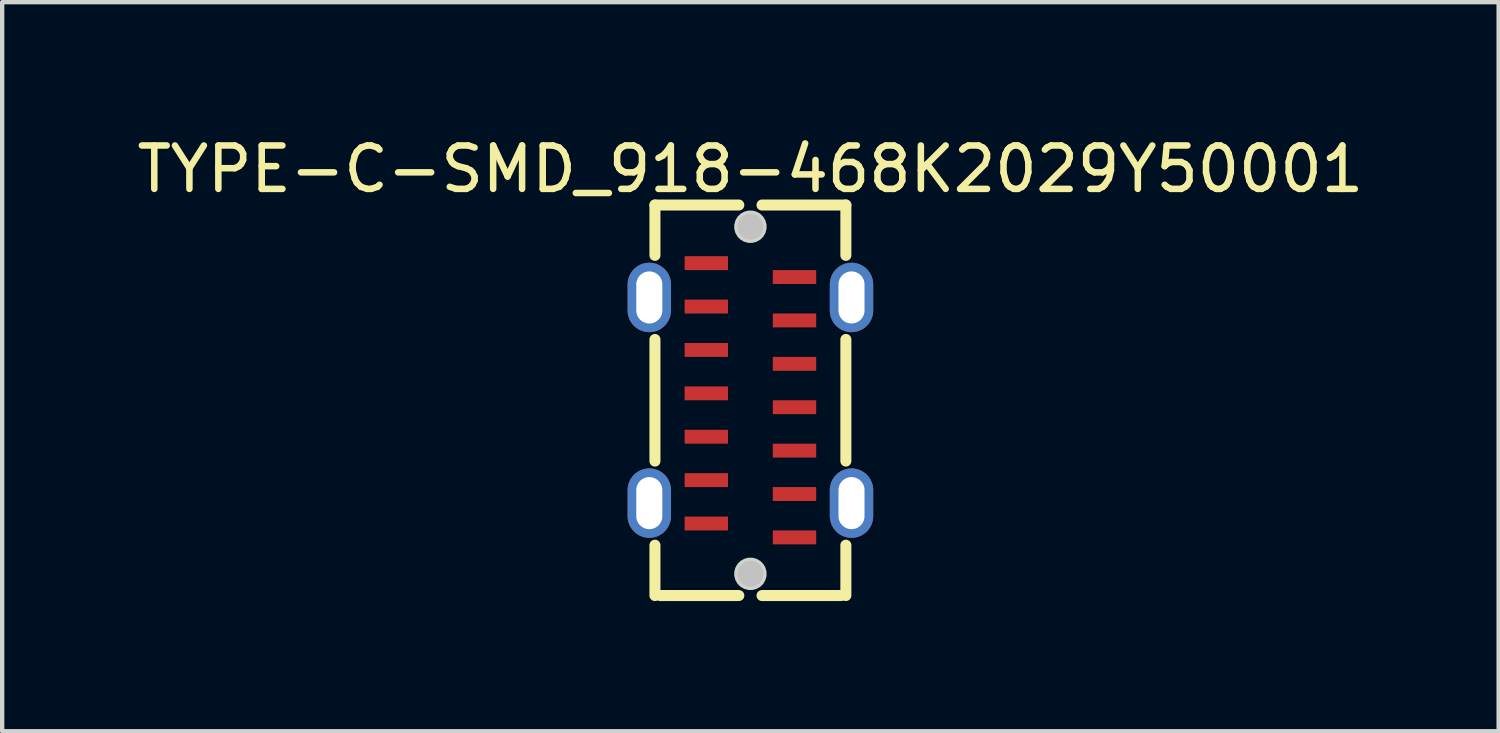
<source format=kicad_pcb>
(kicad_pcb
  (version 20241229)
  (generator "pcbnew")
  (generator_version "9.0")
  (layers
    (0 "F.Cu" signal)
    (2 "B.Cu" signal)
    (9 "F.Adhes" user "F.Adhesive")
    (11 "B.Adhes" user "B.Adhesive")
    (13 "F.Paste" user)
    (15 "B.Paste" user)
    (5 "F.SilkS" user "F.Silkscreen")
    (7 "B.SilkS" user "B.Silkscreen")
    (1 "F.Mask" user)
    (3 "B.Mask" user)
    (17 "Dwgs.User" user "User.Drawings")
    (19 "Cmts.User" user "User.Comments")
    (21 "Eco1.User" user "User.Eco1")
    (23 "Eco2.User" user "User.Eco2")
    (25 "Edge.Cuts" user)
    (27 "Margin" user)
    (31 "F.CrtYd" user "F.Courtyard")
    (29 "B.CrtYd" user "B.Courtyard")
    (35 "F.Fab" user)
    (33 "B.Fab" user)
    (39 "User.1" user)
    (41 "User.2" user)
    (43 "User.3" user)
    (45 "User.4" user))
  (footprint "TYPE-C-SMD_918-468K2029Y50001"
    (layer "F.Cu")
    (at 14.244 6.175)
    (property "Reference" "TYPE-C-SMD_918-468K2029Y50001" (at 0 -5.327 0) (layer "F.SilkS") (effects (font (size 1 1) (thickness 0.15))))
    (fp_line (start -2.2 -4.5) (end -2.2 -3.34) (stroke (width 0.254) (type default)) (layer "F.SilkS"))
    (fp_line (start -2.2 -4.5) (end -0.267 -4.5) (stroke (width 0.254) (type default)) (layer "F.SilkS"))
    (fp_line (start -2.2 -1.401) (end -2.2 1.401) (stroke (width 0.254) (type default)) (layer "F.SilkS"))
    (fp_line (start -2.2 3.34) (end -2.2 4.5) (stroke (width 0.254) (type default)) (layer "F.SilkS"))
    (fp_line (start -2.079 4.5) (end -0.267 4.5) (stroke (width 0.254) (type default)) (layer "F.SilkS"))
    (fp_line (start 0.267 -4.5) (end 2.2 -4.5) (stroke (width 0.254) (type default)) (layer "F.SilkS"))
    (fp_line (start 0.267 4.5) (end 2.087 4.5) (stroke (width 0.254) (type default)) (layer "F.SilkS"))
    (fp_line (start 2.2 -4.5) (end 2.2 -3.34) (stroke (width 0.254) (type default)) (layer "F.SilkS"))
    (fp_line (start 2.2 -1.401) (end 2.2 1.401) (stroke (width 0.254) (type default)) (layer "F.SilkS"))
    (fp_line (start 2.2 3.34) (end 2.2 4.5) (stroke (width 0.254) (type default)) (layer "F.SilkS"))
    (fp_poly (pts (xy -1.516 -3) (xy -1.516 -3.32) (xy -0.515 -3.32) (xy -0.515 -3)) (stroke (width 0) (type default)) (fill yes) (layer "F.Paste"))
    (fp_poly (pts (xy -1.516 -2) (xy -1.516 -2.32) (xy -0.515 -2.32) (xy -0.515 -2)) (stroke (width 0) (type default)) (fill yes) (layer "F.Paste"))
    (fp_poly (pts (xy -1.516 -1) (xy -1.516 -1.32) (xy -0.515 -1.32) (xy -0.515 -1)) (stroke (width 0) (type default)) (fill yes) (layer "F.Paste"))
    (fp_poly (pts (xy -1.516 0) (xy -1.516 -0.32) (xy -0.515 -0.32) (xy -0.515 0)) (stroke (width 0) (type default)) (fill yes) (layer "F.Paste"))
    (fp_poly (pts (xy -1.516 1) (xy -1.516 0.68) (xy -0.515 0.68) (xy -0.515 1)) (stroke (width 0) (type default)) (fill yes) (layer "F.Paste"))
    (fp_poly (pts (xy -1.516 2) (xy -1.516 1.68) (xy -0.515 1.68) (xy -0.515 2)) (stroke (width 0) (type default)) (fill yes) (layer "F.Paste"))
    (fp_poly (pts (xy -1.516 3) (xy -1.516 2.68) (xy -0.515 2.68) (xy -0.515 3)) (stroke (width 0) (type default)) (fill yes) (layer "F.Paste"))
    (fp_poly (pts (xy 0.516 -2.68) (xy 0.516 -3) (xy 1.516 -3) (xy 1.516 -2.68)) (stroke (width 0) (type default)) (fill yes) (layer "F.Paste"))
    (fp_poly (pts (xy 0.516 -1.68) (xy 0.516 -2) (xy 1.516 -2) (xy 1.516 -1.68)) (stroke (width 0) (type default)) (fill yes) (layer "F.Paste"))
    (fp_poly (pts (xy 0.516 -0.68) (xy 0.516 -1) (xy 1.516 -1) (xy 1.516 -0.68)) (stroke (width 0) (type default)) (fill yes) (layer "F.Paste"))
    (fp_poly (pts (xy 0.516 0.32) (xy 0.516 0) (xy 1.516 0) (xy 1.516 0.32)) (stroke (width 0) (type default)) (fill yes) (layer "F.Paste"))
    (fp_poly (pts (xy 0.516 1.32) (xy 0.516 1) (xy 1.516 1) (xy 1.516 1.32)) (stroke (width 0) (type default)) (fill yes) (layer "F.Paste"))
    (fp_poly (pts (xy 0.516 2.32) (xy 0.516 2) (xy 1.516 2) (xy 1.516 2.32)) (stroke (width 0) (type default)) (fill yes) (layer "F.Paste"))
    (fp_poly (pts (xy 0.516 3.32) (xy 0.516 3) (xy 1.516 3) (xy 1.516 3.32)) (stroke (width 0) (type default)) (fill yes) (layer "F.Paste"))
    (fp_poly (pts (xy -2.292 -3.168) (xy -2.317 -3.17) (xy -2.342 -3.17) (xy -2.368 -3.168) (xy -2.392 -3.166) (xy -2.417 -3.163) (xy -2.441 -3.158) (xy -2.466 -3.151) (xy -2.489 -3.144) (xy -2.513 -3.135) (xy -2.535 -3.126) (xy -2.558 -3.115) (xy -2.58 -3.103) (xy -2.601 -3.09) (xy -2.622 -3.076) (xy -2.642 -3.061) (xy -2.661 -3.045) (xy -2.679 -3.028) (xy -2.696 -3.01) (xy -2.713 -2.991) (xy -2.728 -2.972) (xy -2.743 -2.951) (xy -2.756 -2.931) (xy -2.769 -2.909) (xy -2.78 -2.887) (xy -2.791 -2.865) (xy -2.8 -2.841) (xy -2.808 -2.817) (xy -2.814 -2.793) (xy -2.82 -2.769) (xy -2.825 -2.744) (xy -2.828 -2.72) (xy -2.829 -2.695) (xy -2.83 -2.67) (xy -2.83 -2.07) (xy -2.829 -2.045) (xy -2.828 -2.021) (xy -2.825 -1.996) (xy -2.82 -1.971) (xy -2.814 -1.946) (xy -2.808 -1.923) (xy -2.8 -1.899) (xy -2.791 -1.876) (xy -2.78 -1.853) (xy -2.769 -1.831) (xy -2.756 -1.81) (xy -2.743 -1.788) (xy -2.728 -1.768) (xy -2.713 -1.748) (xy -2.696 -1.73) (xy -2.679 -1.712) (xy -2.661 -1.695) (xy -2.642 -1.679) (xy -2.622 -1.664) (xy -2.601 -1.65) (xy -2.58 -1.637) (xy -2.558 -1.625) (xy -2.535 -1.615) (xy -2.513 -1.605) (xy -2.489 -1.596) (xy -2.466 -1.589) (xy -2.441 -1.583) (xy -2.417 -1.577) (xy -2.392 -1.574) (xy -2.368 -1.571) (xy -2.342 -1.57) (xy -2.317 -1.57) (xy -2.292 -1.571) (xy -2.268 -1.574) (xy -2.243 -1.577) (xy -2.219 -1.583) (xy -2.195 -1.589) (xy -2.171 -1.596) (xy -2.147 -1.605) (xy -2.124 -1.615) (xy -2.102 -1.625) (xy -2.08 -1.637) (xy -2.058 -1.65) (xy -2.038 -1.664) (xy -2.018 -1.679) (xy -1.999 -1.695) (xy -1.981 -1.712) (xy -1.964 -1.73) (xy -1.947 -1.748) (xy -1.931 -1.768) (xy -1.917 -1.788) (xy -1.903 -1.81) (xy -1.891 -1.831) (xy -1.879 -1.853) (xy -1.869 -1.876) (xy -1.86 -1.899) (xy -1.852 -1.923) (xy -1.845 -1.946) (xy -1.84 -1.971) (xy -1.835 -1.996) (xy -1.833 -2.021) (xy -1.831 -2.045) (xy -1.83 -2.07) (xy -1.83 -2.67) (xy -1.831 -2.695) (xy -1.833 -2.72) (xy -1.835 -2.744) (xy -1.84 -2.769) (xy -1.845 -2.793) (xy -1.852 -2.817) (xy -1.86 -2.841) (xy -1.869 -2.865) (xy -1.879 -2.887) (xy -1.891 -2.909) (xy -1.903 -2.931) (xy -1.917 -2.951) (xy -1.931 -2.972) (xy -1.947 -2.991) (xy -1.964 -3.01) (xy -1.981 -3.028) (xy -1.999 -3.045) (xy -2.018 -3.061) (xy -2.038 -3.076) (xy -2.058 -3.09) (xy -2.08 -3.103) (xy -2.102 -3.115) (xy -2.124 -3.126) (xy -2.147 -3.135) (xy -2.171 -3.144) (xy -2.195 -3.151) (xy -2.219 -3.158) (xy -2.243 -3.163) (xy -2.268 -3.166)) (stroke (width 0) (type default)) (fill yes) (layer "F.Paste"))
    (fp_poly (pts (xy -2.292 1.571) (xy -2.317 1.57) (xy -2.342 1.57) (xy -2.368 1.571) (xy -2.392 1.574) (xy -2.417 1.577) (xy -2.441 1.583) (xy -2.466 1.589) (xy -2.489 1.596) (xy -2.513 1.605) (xy -2.535 1.615) (xy -2.558 1.625) (xy -2.58 1.637) (xy -2.601 1.65) (xy -2.622 1.664) (xy -2.642 1.679) (xy -2.661 1.695) (xy -2.679 1.712) (xy -2.696 1.73) (xy -2.713 1.748) (xy -2.728 1.768) (xy -2.743 1.788) (xy -2.756 1.81) (xy -2.769 1.831) (xy -2.78 1.853) (xy -2.791 1.876) (xy -2.8 1.899) (xy -2.808 1.923) (xy -2.814 1.946) (xy -2.82 1.971) (xy -2.825 1.996) (xy -2.828 2.021) (xy -2.829 2.045) (xy -2.83 2.07) (xy -2.83 2.67) (xy -2.829 2.695) (xy -2.828 2.72) (xy -2.825 2.744) (xy -2.82 2.769) (xy -2.814 2.793) (xy -2.808 2.817) (xy -2.8 2.841) (xy -2.791 2.865) (xy -2.78 2.887) (xy -2.769 2.909) (xy -2.756 2.931) (xy -2.743 2.951) (xy -2.728 2.972) (xy -2.713 2.991) (xy -2.696 3.01) (xy -2.679 3.028) (xy -2.661 3.045) (xy -2.642 3.061) (xy -2.622 3.076) (xy -2.601 3.09) (xy -2.58 3.103) (xy -2.558 3.115) (xy -2.535 3.126) (xy -2.513 3.135) (xy -2.489 3.144) (xy -2.466 3.151) (xy -2.441 3.158) (xy -2.417 3.163) (xy -2.392 3.166) (xy -2.368 3.168) (xy -2.342 3.17) (xy -2.317 3.17) (xy -2.292 3.168) (xy -2.268 3.166) (xy -2.243 3.163) (xy -2.219 3.158) (xy -2.195 3.151) (xy -2.171 3.144) (xy -2.147 3.135) (xy -2.124 3.126) (xy -2.102 3.115) (xy -2.08 3.103) (xy -2.058 3.09) (xy -2.038 3.076) (xy -2.018 3.061) (xy -1.999 3.045) (xy -1.981 3.028) (xy -1.964 3.01) (xy -1.947 2.991) (xy -1.931 2.972) (xy -1.917 2.951) (xy -1.903 2.931) (xy -1.891 2.909) (xy -1.879 2.887) (xy -1.869 2.865) (xy -1.86 2.841) (xy -1.852 2.817) (xy -1.845 2.793) (xy -1.84 2.769) (xy -1.835 2.744) (xy -1.833 2.72) (xy -1.831 2.695) (xy -1.83 2.67) (xy -1.83 2.07) (xy -1.831 2.045) (xy -1.833 2.021) (xy -1.835 1.996) (xy -1.84 1.971) (xy -1.845 1.946) (xy -1.852 1.923) (xy -1.86 1.899) (xy -1.869 1.876) (xy -1.879 1.853) (xy -1.891 1.831) (xy -1.903 1.81) (xy -1.917 1.788) (xy -1.931 1.768) (xy -1.947 1.748) (xy -1.964 1.73) (xy -1.981 1.712) (xy -1.999 1.695) (xy -2.018 1.679) (xy -2.038 1.664) (xy -2.058 1.65) (xy -2.08 1.637) (xy -2.102 1.625) (xy -2.124 1.615) (xy -2.147 1.605) (xy -2.171 1.596) (xy -2.195 1.589) (xy -2.219 1.583) (xy -2.243 1.577) (xy -2.268 1.574)) (stroke (width 0) (type default)) (fill yes) (layer "F.Paste"))
    (fp_poly (pts (xy 2.368 -3.168) (xy 2.342 -3.17) (xy 2.317 -3.17) (xy 2.292 -3.168) (xy 2.268 -3.166) (xy 2.243 -3.163) (xy 2.219 -3.158) (xy 2.195 -3.151) (xy 2.171 -3.144) (xy 2.147 -3.135) (xy 2.124 -3.126) (xy 2.102 -3.115) (xy 2.08 -3.103) (xy 2.058 -3.09) (xy 2.038 -3.076) (xy 2.018 -3.061) (xy 1.999 -3.045) (xy 1.981 -3.028) (xy 1.964 -3.01) (xy 1.947 -2.991) (xy 1.931 -2.972) (xy 1.917 -2.951) (xy 1.903 -2.931) (xy 1.891 -2.909) (xy 1.879 -2.887) (xy 1.869 -2.865) (xy 1.86 -2.841) (xy 1.852 -2.817) (xy 1.845 -2.793) (xy 1.84 -2.769) (xy 1.835 -2.744) (xy 1.833 -2.72) (xy 1.831 -2.695) (xy 1.83 -2.67) (xy 1.83 -2.07) (xy 1.831 -2.045) (xy 1.833 -2.021) (xy 1.835 -1.996) (xy 1.84 -1.971) (xy 1.845 -1.946) (xy 1.852 -1.923) (xy 1.86 -1.899) (xy 1.869 -1.876) (xy 1.879 -1.853) (xy 1.891 -1.831) (xy 1.903 -1.81) (xy 1.917 -1.788) (xy 1.931 -1.768) (xy 1.947 -1.748) (xy 1.964 -1.73) (xy 1.981 -1.712) (xy 1.999 -1.695) (xy 2.018 -1.679) (xy 2.038 -1.664) (xy 2.058 -1.65) (xy 2.08 -1.637) (xy 2.102 -1.625) (xy 2.124 -1.615) (xy 2.147 -1.605) (xy 2.171 -1.596) (xy 2.195 -1.589) (xy 2.219 -1.583) (xy 2.243 -1.577) (xy 2.268 -1.574) (xy 2.292 -1.571) (xy 2.317 -1.57) (xy 2.342 -1.57) (xy 2.368 -1.571) (xy 2.392 -1.574) (xy 2.417 -1.577) (xy 2.441 -1.583) (xy 2.466 -1.589) (xy 2.489 -1.596) (xy 2.513 -1.605) (xy 2.535 -1.615) (xy 2.558 -1.625) (xy 2.58 -1.637) (xy 2.601 -1.65) (xy 2.622 -1.664) (xy 2.642 -1.679) (xy 2.661 -1.695) (xy 2.679 -1.712) (xy 2.696 -1.73) (xy 2.713 -1.748) (xy 2.728 -1.768) (xy 2.743 -1.788) (xy 2.756 -1.81) (xy 2.769 -1.831) (xy 2.78 -1.853) (xy 2.791 -1.876) (xy 2.8 -1.899) (xy 2.808 -1.923) (xy 2.814 -1.946) (xy 2.82 -1.971) (xy 2.825 -1.996) (xy 2.828 -2.021) (xy 2.829 -2.045) (xy 2.83 -2.07) (xy 2.83 -2.67) (xy 2.829 -2.695) (xy 2.828 -2.72) (xy 2.825 -2.744) (xy 2.82 -2.769) (xy 2.814 -2.793) (xy 2.808 -2.817) (xy 2.8 -2.841) (xy 2.791 -2.865) (xy 2.78 -2.887) (xy 2.769 -2.909) (xy 2.756 -2.931) (xy 2.743 -2.951) (xy 2.728 -2.972) (xy 2.713 -2.991) (xy 2.696 -3.01) (xy 2.679 -3.028) (xy 2.661 -3.045) (xy 2.642 -3.061) (xy 2.622 -3.076) (xy 2.601 -3.09) (xy 2.58 -3.103) (xy 2.558 -3.115) (xy 2.535 -3.126) (xy 2.513 -3.135) (xy 2.489 -3.144) (xy 2.466 -3.151) (xy 2.441 -3.158) (xy 2.417 -3.163) (xy 2.392 -3.166)) (stroke (width 0) (type default)) (fill yes) (layer "F.Paste"))
    (fp_poly (pts (xy 2.368 1.571) (xy 2.342 1.57) (xy 2.317 1.57) (xy 2.292 1.571) (xy 2.268 1.574) (xy 2.243 1.577) (xy 2.219 1.583) (xy 2.195 1.589) (xy 2.171 1.596) (xy 2.147 1.605) (xy 2.124 1.615) (xy 2.102 1.625) (xy 2.08 1.637) (xy 2.058 1.65) (xy 2.038 1.664) (xy 2.018 1.679) (xy 1.999 1.695) (xy 1.981 1.712) (xy 1.964 1.73) (xy 1.947 1.748) (xy 1.931 1.768) (xy 1.917 1.788) (xy 1.903 1.81) (xy 1.891 1.831) (xy 1.879 1.853) (xy 1.869 1.876) (xy 1.86 1.899) (xy 1.852 1.923) (xy 1.845 1.946) (xy 1.84 1.971) (xy 1.835 1.996) (xy 1.833 2.021) (xy 1.831 2.045) (xy 1.83 2.07) (xy 1.83 2.67) (xy 1.831 2.695) (xy 1.833 2.72) (xy 1.835 2.744) (xy 1.84 2.769) (xy 1.845 2.793) (xy 1.852 2.817) (xy 1.86 2.841) (xy 1.869 2.865) (xy 1.879 2.887) (xy 1.891 2.909) (xy 1.903 2.931) (xy 1.917 2.951) (xy 1.931 2.972) (xy 1.947 2.991) (xy 1.964 3.01) (xy 1.981 3.028) (xy 1.999 3.045) (xy 2.018 3.061) (xy 2.038 3.076) (xy 2.058 3.09) (xy 2.08 3.103) (xy 2.102 3.115) (xy 2.124 3.126) (xy 2.147 3.135) (xy 2.171 3.144) (xy 2.195 3.151) (xy 2.219 3.158) (xy 2.243 3.163) (xy 2.268 3.166) (xy 2.292 3.168) (xy 2.317 3.17) (xy 2.342 3.17) (xy 2.368 3.168) (xy 2.392 3.166) (xy 2.417 3.163) (xy 2.441 3.158) (xy 2.466 3.151) (xy 2.489 3.144) (xy 2.513 3.135) (xy 2.535 3.126) (xy 2.558 3.115) (xy 2.58 3.103) (xy 2.601 3.09) (xy 2.622 3.076) (xy 2.642 3.061) (xy 2.661 3.045) (xy 2.679 3.028) (xy 2.696 3.01) (xy 2.713 2.991) (xy 2.728 2.972) (xy 2.743 2.951) (xy 2.756 2.931) (xy 2.769 2.909) (xy 2.78 2.887) (xy 2.791 2.865) (xy 2.8 2.841) (xy 2.808 2.817) (xy 2.814 2.793) (xy 2.82 2.769) (xy 2.825 2.744) (xy 2.828 2.72) (xy 2.829 2.695) (xy 2.83 2.67) (xy 2.83 2.07) (xy 2.829 2.045) (xy 2.828 2.021) (xy 2.825 1.996) (xy 2.82 1.971) (xy 2.814 1.946) (xy 2.808 1.923) (xy 2.8 1.899) (xy 2.791 1.876) (xy 2.78 1.853) (xy 2.769 1.831) (xy 2.756 1.81) (xy 2.743 1.788) (xy 2.728 1.768) (xy 2.713 1.748) (xy 2.696 1.73) (xy 2.679 1.712) (xy 2.661 1.695) (xy 2.642 1.679) (xy 2.622 1.664) (xy 2.601 1.65) (xy 2.58 1.637) (xy 2.558 1.625) (xy 2.535 1.615) (xy 2.513 1.605) (xy 2.489 1.596) (xy 2.466 1.589) (xy 2.441 1.583) (xy 2.417 1.577) (xy 2.392 1.574)) (stroke (width 0) (type default)) (fill yes) (layer "F.Paste"))
    (fp_circle (center 0 -4) (end 0.15 -4) (stroke (width 0.3) (type default)) (fill no) (layer "Dwgs.User"))
    (fp_circle (center 0 4) (end 0.15 4) (stroke (width 0.3) (type default)) (fill no) (layer "Dwgs.User"))
    (fp_poly (pts (xy 0.372 -4.049) (xy 0.346 -4.144) (xy 0.298 -4.228) (xy 0.228 -4.298) (xy 0.144 -4.346) (xy 0.049 -4.372) (xy -0.049 -4.372) (xy -0.144 -4.346) (xy -0.228 -4.298) (xy -0.298 -4.228) (xy -0.346 -4.144) (xy -0.372 -4.049) (xy -0.372 -3.951) (xy -0.346 -3.856) (xy -0.298 -3.772) (xy -0.228 -3.702) (xy -0.144 -3.654) (xy -0.049 -3.628) (xy 0.049 -3.628) (xy 0.144 -3.654) (xy 0.228 -3.702) (xy 0.298 -3.772) (xy 0.346 -3.856) (xy 0.372 -3.951)) (stroke (width 0) (type default)) (fill yes) (layer "Edge.Cuts"))
    (fp_poly (pts (xy 0.372 3.951) (xy 0.346 3.856) (xy 0.298 3.772) (xy 0.228 3.702) (xy 0.144 3.654) (xy 0.049 3.628) (xy -0.049 3.628) (xy -0.144 3.654) (xy -0.228 3.702) (xy -0.298 3.772) (xy -0.346 3.856) (xy -0.372 3.951) (xy -0.372 4.049) (xy -0.346 4.144) (xy -0.298 4.228) (xy -0.228 4.298) (xy -0.144 4.346) (xy -0.049 4.372) (xy 0.049 4.372) (xy 0.144 4.346) (xy 0.228 4.298) (xy 0.298 4.228) (xy 0.346 4.144) (xy 0.372 4.049)) (stroke (width 0) (type default)) (fill yes) (layer "Edge.Cuts"))
    (fp_poly (pts (xy -2.481 -1.97) (xy -2.481 -2.77) (xy -1.58 -2.77) (xy -1.58 -1.97)) (stroke (width 0.1) (type default)) (fill no) (layer "User.1"))
    (fp_poly (pts (xy -2.48 2.77) (xy -2.48 1.97) (xy -1.58 1.97) (xy -1.58 2.77)) (stroke (width 0.1) (type default)) (fill no) (layer "User.1"))
    (fp_poly (pts (xy -2.18 -1.97) (xy -2.48 -1.97) (xy -2.48 -2.77) (xy -2.18 -2.77)) (stroke (width 0.1) (type default)) (fill no) (layer "User.1"))
    (fp_poly (pts (xy -2.18 2.77) (xy -2.48 2.77) (xy -2.48 1.97) (xy -2.18 1.97)) (stroke (width 0.1) (type default)) (fill no) (layer "User.1"))
    (fp_poly (pts (xy -1.416 -3.032) (xy -1.416 -3.288) (xy -0.616 -3.288) (xy -0.616 -3.032)) (stroke (width 0.1) (type default)) (fill no) (layer "User.1"))
    (fp_poly (pts (xy -1.416 -2.032) (xy -1.416 -2.288) (xy -0.616 -2.288) (xy -0.616 -2.032)) (stroke (width 0.1) (type default)) (fill no) (layer "User.1"))
    (fp_poly (pts (xy -1.416 -1.032) (xy -1.416 -1.288) (xy -0.616 -1.288) (xy -0.616 -1.032)) (stroke (width 0.1) (type default)) (fill no) (layer "User.1"))
    (fp_poly (pts (xy -1.416 -0.032) (xy -1.416 -0.288) (xy -0.616 -0.288) (xy -0.616 -0.032)) (stroke (width 0.1) (type default)) (fill no) (layer "User.1"))
    (fp_poly (pts (xy -1.416 0.968) (xy -1.416 0.712) (xy -0.616 0.712) (xy -0.616 0.968)) (stroke (width 0.1) (type default)) (fill no) (layer "User.1"))
    (fp_poly (pts (xy -1.416 1.968) (xy -1.416 1.712) (xy -0.616 1.712) (xy -0.616 1.968)) (stroke (width 0.1) (type default)) (fill no) (layer "User.1"))
    (fp_poly (pts (xy -1.416 2.968) (xy -1.416 2.712) (xy -0.616 2.712) (xy -0.616 2.968)) (stroke (width 0.1) (type default)) (fill no) (layer "User.1"))
    (fp_poly (pts (xy 0.616 -2.712) (xy 0.616 -2.968) (xy 1.416 -2.968) (xy 1.416 -2.712)) (stroke (width 0.1) (type default)) (fill no) (layer "User.1"))
    (fp_poly (pts (xy 0.616 -1.712) (xy 0.616 -1.968) (xy 1.416 -1.968) (xy 1.416 -1.712)) (stroke (width 0.1) (type default)) (fill no) (layer "User.1"))
    (fp_poly (pts (xy 0.616 -0.712) (xy 0.616 -0.968) (xy 1.416 -0.968) (xy 1.416 -0.712)) (stroke (width 0.1) (type default)) (fill no) (layer "User.1"))
    (fp_poly (pts (xy 0.616 0.288) (xy 0.616 0.032) (xy 1.416 0.032) (xy 1.416 0.288)) (stroke (width 0.1) (type default)) (fill no) (layer "User.1"))
    (fp_poly (pts (xy 0.616 1.288) (xy 0.616 1.032) (xy 1.416 1.032) (xy 1.416 1.288)) (stroke (width 0.1) (type default)) (fill no) (layer "User.1"))
    (fp_poly (pts (xy 0.616 2.288) (xy 0.616 2.032) (xy 1.416 2.032) (xy 1.416 2.288)) (stroke (width 0.1) (type default)) (fill no) (layer "User.1"))
    (fp_poly (pts (xy 0.616 3.288) (xy 0.616 3.032) (xy 1.416 3.032) (xy 1.416 3.288)) (stroke (width 0.1) (type default)) (fill no) (layer "User.1"))
    (fp_poly (pts (xy 2.48 -2.77) (xy 2.48 -1.97) (xy 1.58 -1.97) (xy 1.58 -2.77)) (stroke (width 0.1) (type default)) (fill no) (layer "User.1"))
    (fp_poly (pts (xy 2.48 -1.97) (xy 2.18 -1.97) (xy 2.18 -2.77) (xy 2.48 -2.77)) (stroke (width 0.1) (type default)) (fill no) (layer "User.1"))
    (fp_poly (pts (xy 2.48 1.97) (xy 2.48 2.77) (xy 1.58 2.77) (xy 1.58 1.97)) (stroke (width 0.1) (type default)) (fill no) (layer "User.1"))
    (fp_poly (pts (xy 2.48 2.77) (xy 2.18 2.77) (xy 2.18 1.97) (xy 2.48 1.97)) (stroke (width 0.1) (type default)) (fill no) (layer "User.1"))
    (fp_line (start -2.2 -4.5) (end 2.2 -4.5) (stroke (width 0.051) (type default)) (layer "User.2"))
    (fp_line (start -2.2 -3.5) (end -2.2 -4.5) (stroke (width 0.051) (type default)) (layer "User.2"))
    (fp_line (start -2.2 3.5) (end -1.6 3.5) (stroke (width 0.051) (type default)) (layer "User.2"))
    (fp_line (start -2.2 4.5) (end -2.2 3.5) (stroke (width 0.051) (type default)) (layer "User.2"))
    (fp_line (start -1.6 -3.5) (end -2.2 -3.5) (stroke (width 0.051) (type default)) (layer "User.2"))
    (fp_line (start -1.6 3.5) (end -1.6 -3.5) (stroke (width 0.051) (type default)) (layer "User.2"))
    (fp_line (start 1.6 -3.5) (end 1.6 0) (stroke (width 0.051) (type default)) (layer "User.2"))
    (fp_line (start 1.6 0) (end 1.6 3.5) (stroke (width 0.051) (type default)) (layer "User.2"))
    (fp_line (start 1.6 3.5) (end 2.2 3.5) (stroke (width 0.051) (type default)) (layer "User.2"))
    (fp_line (start 2.2 -4.5) (end 2.2 -3.5) (stroke (width 0.051) (type default)) (layer "User.2"))
    (fp_line (start 2.2 -3.5) (end 1.6 -3.5) (stroke (width 0.051) (type default)) (layer "User.2"))
    (fp_line (start 2.2 3.5) (end 2.2 4.5) (stroke (width 0.051) (type default)) (layer "User.2"))
    (fp_line (start 2.2 4.5) (end -2.2 4.5) (stroke (width 0.051) (type default)) (layer "User.2"))
    (fp_poly (pts (xy 2.535 -4.523) (xy 2.503 -4.555) (xy 2.457 -4.555) (xy 2.425 -4.523) (xy 2.425 -4.477) (xy 2.457 -4.445) (xy 2.503 -4.445) (xy 2.535 -4.477)) (stroke (width 0.1) (type default)) (fill no) (layer "User.3"))
    (pad "15" thru_hole oval (at -2.33 -2.37 180) (size 1 1.6) (drill oval 0.6 1.2) (layers "*.Cu" "*.Mask"))
    (pad "15" thru_hole oval (at -2.33 2.37 180) (size 1 1.6) (drill oval 0.6 1.2) (layers "*.Cu" "*.Mask"))
    (pad "15" thru_hole oval (at 2.33 -2.37 180) (size 1 1.6) (drill oval 0.6 1.2) (layers "*.Cu" "*.Mask"))
    (pad "15" thru_hole oval (at 2.33 2.37 180) (size 1 1.6) (drill oval 0.6 1.2) (layers "*.Cu" "*.Mask"))
    (pad "A1" smd rect (at 1.016 -2.84 90) (size 0.32 1) (layers "F.Cu" "F.Mask" "F.Paste"))
    (pad "A4" smd rect (at 1.016 -1.84 90) (size 0.32 1) (layers "F.Cu" "F.Mask" "F.Paste"))
    (pad "A5" smd rect (at 1.016 -0.84 90) (size 0.32 1) (layers "F.Cu" "F.Mask" "F.Paste"))
    (pad "A6" smd rect (at 1.016 0.16 90) (size 0.32 1) (layers "F.Cu" "F.Mask" "F.Paste"))
    (pad "A7" smd rect (at 1.016 1.16 90) (size 0.32 1) (layers "F.Cu" "F.Mask" "F.Paste"))
    (pad "A9" smd rect (at 1.016 2.16 90) (size 0.32 1) (layers "F.Cu" "F.Mask" "F.Paste"))
    (pad "A12" smd rect (at 1.016 3.16 90) (size 0.32 1) (layers "F.Cu" "F.Mask" "F.Paste"))
    (pad "B1" smd rect (at -1.016 2.84 90) (size 0.32 1) (layers "F.Cu" "F.Mask" "F.Paste"))
    (pad "B4" smd rect (at -1.016 1.84 90) (size 0.32 1) (layers "F.Cu" "F.Mask" "F.Paste"))
    (pad "B5" smd rect (at -1.016 0.84 90) (size 0.32 1) (layers "F.Cu" "F.Mask" "F.Paste"))
    (pad "B6" smd rect (at -1.016 -0.16 90) (size 0.32 1) (layers "F.Cu" "F.Mask" "F.Paste"))
    (pad "B7" smd rect (at -1.016 -1.16 90) (size 0.32 1) (layers "F.Cu" "F.Mask" "F.Paste"))
    (pad "B9" smd rect (at -1.016 -2.16 90) (size 0.32 1) (layers "F.Cu" "F.Mask" "F.Paste"))
    (pad "B12" smd rect (at -1.016 -3.16 90) (size 0.32 1) (layers "F.Cu" "F.Mask" "F.Paste")))
  (gr_rect
    (start -3 -3)
    (end 31.488 13.802)
    (stroke (width 0.1) (type default))
    (fill no)
    (layer "Edge.Cuts")))
</source>
